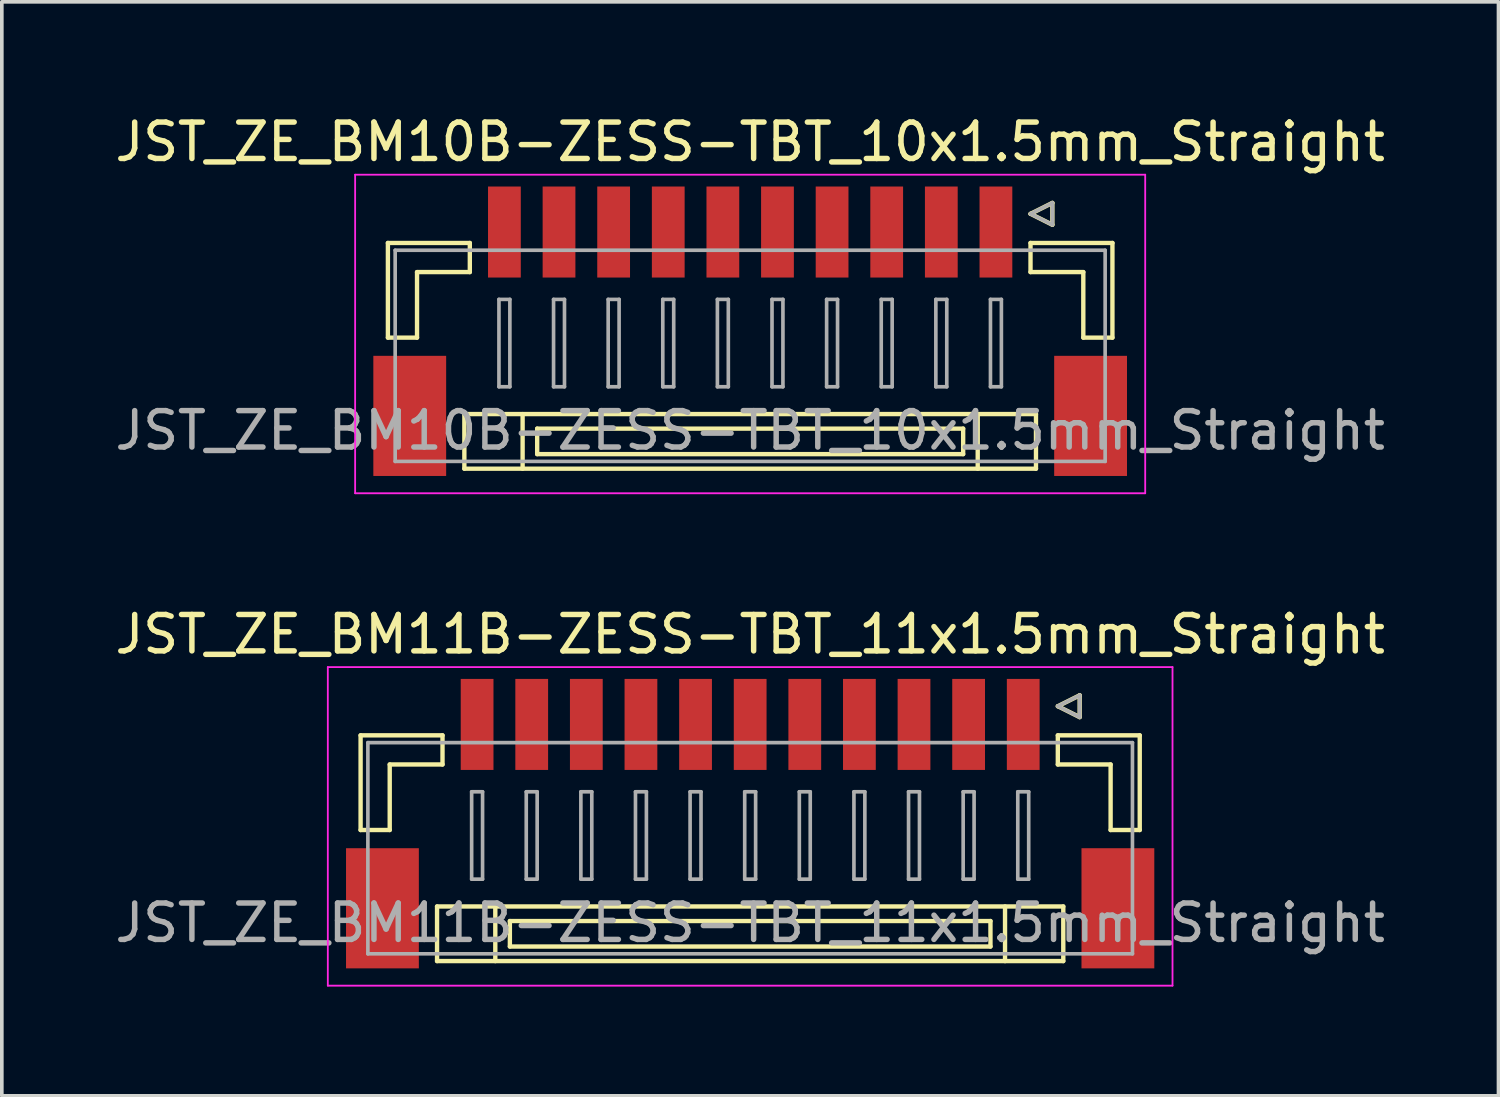
<source format=kicad_pcb>
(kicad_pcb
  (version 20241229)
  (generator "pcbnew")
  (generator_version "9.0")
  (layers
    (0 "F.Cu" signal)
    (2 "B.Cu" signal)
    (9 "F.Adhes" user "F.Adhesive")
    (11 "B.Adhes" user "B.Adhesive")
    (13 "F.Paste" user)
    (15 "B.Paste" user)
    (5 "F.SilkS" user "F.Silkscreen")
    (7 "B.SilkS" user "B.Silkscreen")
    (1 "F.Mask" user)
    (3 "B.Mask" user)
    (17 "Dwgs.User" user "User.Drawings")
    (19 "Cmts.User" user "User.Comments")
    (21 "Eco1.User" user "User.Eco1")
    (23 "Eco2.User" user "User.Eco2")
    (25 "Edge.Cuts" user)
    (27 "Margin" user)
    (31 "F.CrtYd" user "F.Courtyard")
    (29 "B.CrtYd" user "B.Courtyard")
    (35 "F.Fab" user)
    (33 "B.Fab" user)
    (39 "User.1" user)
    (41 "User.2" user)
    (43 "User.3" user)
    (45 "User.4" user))
  (footprint "JST_ZE_BM11B-ZESS-TBT_11x1.5mm_Straight"
    (layer "F.Cu")
    (at 17.554 19.372)
    (property "Reference" "JST_ZE_BM11B-ZESS-TBT_11x1.5mm_Straight" (at 0 -5 0) (layer "F.SilkS") (effects (font (size 1 1) (thickness 0.15))))
    (attr smd)
    (fp_line (start -10.7 -2.225) (end -10.7 0.375) (stroke (width 0.12) (type solid)) (layer "F.SilkS"))
    (fp_line (start -10.7 0.375) (end -9.9 0.375) (stroke (width 0.12) (type solid)) (layer "F.SilkS"))
    (fp_line (start -9.9 -1.425) (end -8.45 -1.425) (stroke (width 0.12) (type solid)) (layer "F.SilkS"))
    (fp_line (start -9.9 0.375) (end -9.9 -1.425) (stroke (width 0.12) (type solid)) (layer "F.SilkS"))
    (fp_line (start -8.6 2.475) (end -8.6 3.975) (stroke (width 0.12) (type solid)) (layer "F.SilkS"))
    (fp_line (start -8.6 3.975) (end 8.6 3.975) (stroke (width 0.12) (type solid)) (layer "F.SilkS"))
    (fp_line (start -8.45 -2.225) (end -10.7 -2.225) (stroke (width 0.12) (type solid)) (layer "F.SilkS"))
    (fp_line (start -8.45 -1.425) (end -8.45 -2.225) (stroke (width 0.12) (type solid)) (layer "F.SilkS"))
    (fp_line (start -7 2.475) (end -7 3.975) (stroke (width 0.12) (type solid)) (layer "F.SilkS"))
    (fp_line (start -6.6 2.875) (end -6.6 3.575) (stroke (width 0.12) (type solid)) (layer "F.SilkS"))
    (fp_line (start -6.6 3.575) (end 6.6 3.575) (stroke (width 0.12) (type solid)) (layer "F.SilkS"))
    (fp_line (start 6.6 2.875) (end -6.6 2.875) (stroke (width 0.12) (type solid)) (layer "F.SilkS"))
    (fp_line (start 6.6 3.575) (end 6.6 2.875) (stroke (width 0.12) (type solid)) (layer "F.SilkS"))
    (fp_line (start 7 2.475) (end 7 3.975) (stroke (width 0.12) (type solid)) (layer "F.SilkS"))
    (fp_line (start 8.45 -3.025) (end 9.05 -3.325) (stroke (width 0.12) (type solid)) (layer "F.SilkS"))
    (fp_line (start 8.45 -2.225) (end 10.7 -2.225) (stroke (width 0.12) (type solid)) (layer "F.SilkS"))
    (fp_line (start 8.45 -1.425) (end 8.45 -2.225) (stroke (width 0.12) (type solid)) (layer "F.SilkS"))
    (fp_line (start 8.6 2.475) (end -8.6 2.475) (stroke (width 0.12) (type solid)) (layer "F.SilkS"))
    (fp_line (start 8.6 3.975) (end 8.6 2.475) (stroke (width 0.12) (type solid)) (layer "F.SilkS"))
    (fp_line (start 9.05 -3.325) (end 9.05 -2.725) (stroke (width 0.12) (type solid)) (layer "F.SilkS"))
    (fp_line (start 9.05 -2.725) (end 8.45 -3.025) (stroke (width 0.12) (type solid)) (layer "F.SilkS"))
    (fp_line (start 9.9 -1.425) (end 8.45 -1.425) (stroke (width 0.12) (type solid)) (layer "F.SilkS"))
    (fp_line (start 9.9 0.375) (end 9.9 -1.425) (stroke (width 0.12) (type solid)) (layer "F.SilkS"))
    (fp_line (start 10.7 -2.225) (end 10.7 0.375) (stroke (width 0.12) (type solid)) (layer "F.SilkS"))
    (fp_line (start 10.7 0.375) (end 9.9 0.375) (stroke (width 0.12) (type solid)) (layer "F.SilkS"))
    (fp_line (start -11.6 -4.1) (end -11.6 4.65) (stroke (width 0.05) (type solid)) (layer "F.CrtYd"))
    (fp_line (start -11.6 4.65) (end 11.6 4.65) (stroke (width 0.05) (type solid)) (layer "F.CrtYd"))
    (fp_line (start 11.6 -4.1) (end -11.6 -4.1) (stroke (width 0.05) (type solid)) (layer "F.CrtYd"))
    (fp_line (start 11.6 4.65) (end 11.6 -4.1) (stroke (width 0.05) (type solid)) (layer "F.CrtYd"))
    (fp_line (start -10.5 -2.025) (end -10.5 3.775) (stroke (width 0.1) (type solid)) (layer "F.Fab"))
    (fp_line (start -10.5 3.775) (end 10.5 3.775) (stroke (width 0.1) (type solid)) (layer "F.Fab"))
    (fp_line (start -7.65 -0.675) (end -7.65 1.725) (stroke (width 0.1) (type solid)) (layer "F.Fab"))
    (fp_line (start -7.65 1.725) (end -7.35 1.725) (stroke (width 0.1) (type solid)) (layer "F.Fab"))
    (fp_line (start -7.35 -0.675) (end -7.65 -0.675) (stroke (width 0.1) (type solid)) (layer "F.Fab"))
    (fp_line (start -7.35 1.725) (end -7.35 -0.675) (stroke (width 0.1) (type solid)) (layer "F.Fab"))
    (fp_line (start -6.15 -0.675) (end -6.15 1.725) (stroke (width 0.1) (type solid)) (layer "F.Fab"))
    (fp_line (start -6.15 1.725) (end -5.85 1.725) (stroke (width 0.1) (type solid)) (layer "F.Fab"))
    (fp_line (start -5.85 -0.675) (end -6.15 -0.675) (stroke (width 0.1) (type solid)) (layer "F.Fab"))
    (fp_line (start -5.85 1.725) (end -5.85 -0.675) (stroke (width 0.1) (type solid)) (layer "F.Fab"))
    (fp_line (start -4.65 -0.675) (end -4.65 1.725) (stroke (width 0.1) (type solid)) (layer "F.Fab"))
    (fp_line (start -4.65 1.725) (end -4.35 1.725) (stroke (width 0.1) (type solid)) (layer "F.Fab"))
    (fp_line (start -4.35 -0.675) (end -4.65 -0.675) (stroke (width 0.1) (type solid)) (layer "F.Fab"))
    (fp_line (start -4.35 1.725) (end -4.35 -0.675) (stroke (width 0.1) (type solid)) (layer "F.Fab"))
    (fp_line (start -3.15 -0.675) (end -3.15 1.725) (stroke (width 0.1) (type solid)) (layer "F.Fab"))
    (fp_line (start -3.15 1.725) (end -2.85 1.725) (stroke (width 0.1) (type solid)) (layer "F.Fab"))
    (fp_line (start -2.85 -0.675) (end -3.15 -0.675) (stroke (width 0.1) (type solid)) (layer "F.Fab"))
    (fp_line (start -2.85 1.725) (end -2.85 -0.675) (stroke (width 0.1) (type solid)) (layer "F.Fab"))
    (fp_line (start -1.65 -0.675) (end -1.65 1.725) (stroke (width 0.1) (type solid)) (layer "F.Fab"))
    (fp_line (start -1.65 1.725) (end -1.35 1.725) (stroke (width 0.1) (type solid)) (layer "F.Fab"))
    (fp_line (start -1.35 -0.675) (end -1.65 -0.675) (stroke (width 0.1) (type solid)) (layer "F.Fab"))
    (fp_line (start -1.35 1.725) (end -1.35 -0.675) (stroke (width 0.1) (type solid)) (layer "F.Fab"))
    (fp_line (start -0.15 -0.675) (end -0.15 1.725) (stroke (width 0.1) (type solid)) (layer "F.Fab"))
    (fp_line (start -0.15 1.725) (end 0.15 1.725) (stroke (width 0.1) (type solid)) (layer "F.Fab"))
    (fp_line (start 0.15 -0.675) (end -0.15 -0.675) (stroke (width 0.1) (type solid)) (layer "F.Fab"))
    (fp_line (start 0.15 1.725) (end 0.15 -0.675) (stroke (width 0.1) (type solid)) (layer "F.Fab"))
    (fp_line (start 1.35 -0.675) (end 1.35 1.725) (stroke (width 0.1) (type solid)) (layer "F.Fab"))
    (fp_line (start 1.35 1.725) (end 1.65 1.725) (stroke (width 0.1) (type solid)) (layer "F.Fab"))
    (fp_line (start 1.65 -0.675) (end 1.35 -0.675) (stroke (width 0.1) (type solid)) (layer "F.Fab"))
    (fp_line (start 1.65 1.725) (end 1.65 -0.675) (stroke (width 0.1) (type solid)) (layer "F.Fab"))
    (fp_line (start 2.85 -0.675) (end 2.85 1.725) (stroke (width 0.1) (type solid)) (layer "F.Fab"))
    (fp_line (start 2.85 1.725) (end 3.15 1.725) (stroke (width 0.1) (type solid)) (layer "F.Fab"))
    (fp_line (start 3.15 -0.675) (end 2.85 -0.675) (stroke (width 0.1) (type solid)) (layer "F.Fab"))
    (fp_line (start 3.15 1.725) (end 3.15 -0.675) (stroke (width 0.1) (type solid)) (layer "F.Fab"))
    (fp_line (start 4.35 -0.675) (end 4.35 1.725) (stroke (width 0.1) (type solid)) (layer "F.Fab"))
    (fp_line (start 4.35 1.725) (end 4.65 1.725) (stroke (width 0.1) (type solid)) (layer "F.Fab"))
    (fp_line (start 4.65 -0.675) (end 4.35 -0.675) (stroke (width 0.1) (type solid)) (layer "F.Fab"))
    (fp_line (start 4.65 1.725) (end 4.65 -0.675) (stroke (width 0.1) (type solid)) (layer "F.Fab"))
    (fp_line (start 5.85 -0.675) (end 5.85 1.725) (stroke (width 0.1) (type solid)) (layer "F.Fab"))
    (fp_line (start 5.85 1.725) (end 6.15 1.725) (stroke (width 0.1) (type solid)) (layer "F.Fab"))
    (fp_line (start 6.15 -0.675) (end 5.85 -0.675) (stroke (width 0.1) (type solid)) (layer "F.Fab"))
    (fp_line (start 6.15 1.725) (end 6.15 -0.675) (stroke (width 0.1) (type solid)) (layer "F.Fab"))
    (fp_line (start 7.35 -0.675) (end 7.35 1.725) (stroke (width 0.1) (type solid)) (layer "F.Fab"))
    (fp_line (start 7.35 1.725) (end 7.65 1.725) (stroke (width 0.1) (type solid)) (layer "F.Fab"))
    (fp_line (start 7.65 -0.675) (end 7.35 -0.675) (stroke (width 0.1) (type solid)) (layer "F.Fab"))
    (fp_line (start 7.65 1.725) (end 7.65 -0.675) (stroke (width 0.1) (type solid)) (layer "F.Fab"))
    (fp_line (start 8.45 -3.025) (end 9.05 -3.325) (stroke (width 0.1) (type solid)) (layer "F.Fab"))
    (fp_line (start 9.05 -3.325) (end 9.05 -2.725) (stroke (width 0.1) (type solid)) (layer "F.Fab"))
    (fp_line (start 9.05 -2.725) (end 8.45 -3.025) (stroke (width 0.1) (type solid)) (layer "F.Fab"))
    (fp_line (start 10.5 -2.025) (end -10.5 -2.025) (stroke (width 0.1) (type solid)) (layer "F.Fab"))
    (fp_line (start 10.5 3.775) (end 10.5 -2.025) (stroke (width 0.1) (type solid)) (layer "F.Fab"))
    (fp_text user "${REFERENCE}" (at 0 2.925 0) (layer "F.Fab") (effects (font (size 1 1) (thickness 0.15))))
    (pad "" smd rect (at -10.1 2.525) (size 2 3.3) (layers "F.Cu" "F.Mask" "F.Paste"))
    (pad "" smd rect (at 10.1 2.525) (size 2 3.3) (layers "F.Cu" "F.Mask" "F.Paste"))
    (pad "1" smd rect (at 7.5 -2.525) (size 0.9 2.5) (layers "F.Cu" "F.Mask" "F.Paste"))
    (pad "2" smd rect (at 6 -2.525) (size 0.9 2.5) (layers "F.Cu" "F.Mask" "F.Paste"))
    (pad "3" smd rect (at 4.5 -2.525) (size 0.9 2.5) (layers "F.Cu" "F.Mask" "F.Paste"))
    (pad "4" smd rect (at 3 -2.525) (size 0.9 2.5) (layers "F.Cu" "F.Mask" "F.Paste"))
    (pad "5" smd rect (at 1.5 -2.525) (size 0.9 2.5) (layers "F.Cu" "F.Mask" "F.Paste"))
    (pad "6" smd rect (at 0 -2.525) (size 0.9 2.5) (layers "F.Cu" "F.Mask" "F.Paste"))
    (pad "7" smd rect (at -1.5 -2.525) (size 0.9 2.5) (layers "F.Cu" "F.Mask" "F.Paste"))
    (pad "8" smd rect (at -3 -2.525) (size 0.9 2.5) (layers "F.Cu" "F.Mask" "F.Paste"))
    (pad "9" smd rect (at -4.5 -2.525) (size 0.9 2.5) (layers "F.Cu" "F.Mask" "F.Paste"))
    (pad "10" smd rect (at -6 -2.525) (size 0.9 2.5) (layers "F.Cu" "F.Mask" "F.Paste"))
    (pad "11" smd rect (at -7.5 -2.525) (size 0.9 2.5) (layers "F.Cu" "F.Mask" "F.Paste")))
  (footprint "JST_ZE_BM10B-ZESS-TBT_10x1.5mm_Straight"
    (layer "F.Cu")
    (at 17.554 5.848)
    (property "Reference" "JST_ZE_BM10B-ZESS-TBT_10x1.5mm_Straight" (at 0 -5 0) (layer "F.SilkS") (effects (font (size 1 1) (thickness 0.15))))
    (attr smd)
    (fp_line (start -9.95 -2.225) (end -9.95 0.375) (stroke (width 0.12) (type solid)) (layer "F.SilkS"))
    (fp_line (start -9.95 0.375) (end -9.15 0.375) (stroke (width 0.12) (type solid)) (layer "F.SilkS"))
    (fp_line (start -9.15 -1.425) (end -7.7 -1.425) (stroke (width 0.12) (type solid)) (layer "F.SilkS"))
    (fp_line (start -9.15 0.375) (end -9.15 -1.425) (stroke (width 0.12) (type solid)) (layer "F.SilkS"))
    (fp_line (start -7.85 2.475) (end -7.85 3.975) (stroke (width 0.12) (type solid)) (layer "F.SilkS"))
    (fp_line (start -7.85 3.975) (end 7.85 3.975) (stroke (width 0.12) (type solid)) (layer "F.SilkS"))
    (fp_line (start -7.7 -2.225) (end -9.95 -2.225) (stroke (width 0.12) (type solid)) (layer "F.SilkS"))
    (fp_line (start -7.7 -1.425) (end -7.7 -2.225) (stroke (width 0.12) (type solid)) (layer "F.SilkS"))
    (fp_line (start -6.25 2.475) (end -6.25 3.975) (stroke (width 0.12) (type solid)) (layer "F.SilkS"))
    (fp_line (start -5.85 2.875) (end -5.85 3.575) (stroke (width 0.12) (type solid)) (layer "F.SilkS"))
    (fp_line (start -5.85 3.575) (end 5.85 3.575) (stroke (width 0.12) (type solid)) (layer "F.SilkS"))
    (fp_line (start 5.85 2.875) (end -5.85 2.875) (stroke (width 0.12) (type solid)) (layer "F.SilkS"))
    (fp_line (start 5.85 3.575) (end 5.85 2.875) (stroke (width 0.12) (type solid)) (layer "F.SilkS"))
    (fp_line (start 6.25 2.475) (end 6.25 3.975) (stroke (width 0.12) (type solid)) (layer "F.SilkS"))
    (fp_line (start 7.7 -3.025) (end 8.3 -3.325) (stroke (width 0.12) (type solid)) (layer "F.SilkS"))
    (fp_line (start 7.7 -2.225) (end 9.95 -2.225) (stroke (width 0.12) (type solid)) (layer "F.SilkS"))
    (fp_line (start 7.7 -1.425) (end 7.7 -2.225) (stroke (width 0.12) (type solid)) (layer "F.SilkS"))
    (fp_line (start 7.85 2.475) (end -7.85 2.475) (stroke (width 0.12) (type solid)) (layer "F.SilkS"))
    (fp_line (start 7.85 3.975) (end 7.85 2.475) (stroke (width 0.12) (type solid)) (layer "F.SilkS"))
    (fp_line (start 8.3 -3.325) (end 8.3 -2.725) (stroke (width 0.12) (type solid)) (layer "F.SilkS"))
    (fp_line (start 8.3 -2.725) (end 7.7 -3.025) (stroke (width 0.12) (type solid)) (layer "F.SilkS"))
    (fp_line (start 9.15 -1.425) (end 7.7 -1.425) (stroke (width 0.12) (type solid)) (layer "F.SilkS"))
    (fp_line (start 9.15 0.375) (end 9.15 -1.425) (stroke (width 0.12) (type solid)) (layer "F.SilkS"))
    (fp_line (start 9.95 -2.225) (end 9.95 0.375) (stroke (width 0.12) (type solid)) (layer "F.SilkS"))
    (fp_line (start 9.95 0.375) (end 9.15 0.375) (stroke (width 0.12) (type solid)) (layer "F.SilkS"))
    (fp_line (start -10.85 -4.1) (end -10.85 4.65) (stroke (width 0.05) (type solid)) (layer "F.CrtYd"))
    (fp_line (start -10.85 4.65) (end 10.85 4.65) (stroke (width 0.05) (type solid)) (layer "F.CrtYd"))
    (fp_line (start 10.85 -4.1) (end -10.85 -4.1) (stroke (width 0.05) (type solid)) (layer "F.CrtYd"))
    (fp_line (start 10.85 4.65) (end 10.85 -4.1) (stroke (width 0.05) (type solid)) (layer "F.CrtYd"))
    (fp_line (start -9.75 -2.025) (end -9.75 3.775) (stroke (width 0.1) (type solid)) (layer "F.Fab"))
    (fp_line (start -9.75 3.775) (end 9.75 3.775) (stroke (width 0.1) (type solid)) (layer "F.Fab"))
    (fp_line (start -6.9 -0.675) (end -6.9 1.725) (stroke (width 0.1) (type solid)) (layer "F.Fab"))
    (fp_line (start -6.9 1.725) (end -6.6 1.725) (stroke (width 0.1) (type solid)) (layer "F.Fab"))
    (fp_line (start -6.6 -0.675) (end -6.9 -0.675) (stroke (width 0.1) (type solid)) (layer "F.Fab"))
    (fp_line (start -6.6 1.725) (end -6.6 -0.675) (stroke (width 0.1) (type solid)) (layer "F.Fab"))
    (fp_line (start -5.4 -0.675) (end -5.4 1.725) (stroke (width 0.1) (type solid)) (layer "F.Fab"))
    (fp_line (start -5.4 1.725) (end -5.1 1.725) (stroke (width 0.1) (type solid)) (layer "F.Fab"))
    (fp_line (start -5.1 -0.675) (end -5.4 -0.675) (stroke (width 0.1) (type solid)) (layer "F.Fab"))
    (fp_line (start -5.1 1.725) (end -5.1 -0.675) (stroke (width 0.1) (type solid)) (layer "F.Fab"))
    (fp_line (start -3.9 -0.675) (end -3.9 1.725) (stroke (width 0.1) (type solid)) (layer "F.Fab"))
    (fp_line (start -3.9 1.725) (end -3.6 1.725) (stroke (width 0.1) (type solid)) (layer "F.Fab"))
    (fp_line (start -3.6 -0.675) (end -3.9 -0.675) (stroke (width 0.1) (type solid)) (layer "F.Fab"))
    (fp_line (start -3.6 1.725) (end -3.6 -0.675) (stroke (width 0.1) (type solid)) (layer "F.Fab"))
    (fp_line (start -2.4 -0.675) (end -2.4 1.725) (stroke (width 0.1) (type solid)) (layer "F.Fab"))
    (fp_line (start -2.4 1.725) (end -2.1 1.725) (stroke (width 0.1) (type solid)) (layer "F.Fab"))
    (fp_line (start -2.1 -0.675) (end -2.4 -0.675) (stroke (width 0.1) (type solid)) (layer "F.Fab"))
    (fp_line (start -2.1 1.725) (end -2.1 -0.675) (stroke (width 0.1) (type solid)) (layer "F.Fab"))
    (fp_line (start -0.9 -0.675) (end -0.9 1.725) (stroke (width 0.1) (type solid)) (layer "F.Fab"))
    (fp_line (start -0.9 1.725) (end -0.6 1.725) (stroke (width 0.1) (type solid)) (layer "F.Fab"))
    (fp_line (start -0.6 -0.675) (end -0.9 -0.675) (stroke (width 0.1) (type solid)) (layer "F.Fab"))
    (fp_line (start -0.6 1.725) (end -0.6 -0.675) (stroke (width 0.1) (type solid)) (layer "F.Fab"))
    (fp_line (start 0.6 -0.675) (end 0.6 1.725) (stroke (width 0.1) (type solid)) (layer "F.Fab"))
    (fp_line (start 0.6 1.725) (end 0.9 1.725) (stroke (width 0.1) (type solid)) (layer "F.Fab"))
    (fp_line (start 0.9 -0.675) (end 0.6 -0.675) (stroke (width 0.1) (type solid)) (layer "F.Fab"))
    (fp_line (start 0.9 1.725) (end 0.9 -0.675) (stroke (width 0.1) (type solid)) (layer "F.Fab"))
    (fp_line (start 2.1 -0.675) (end 2.1 1.725) (stroke (width 0.1) (type solid)) (layer "F.Fab"))
    (fp_line (start 2.1 1.725) (end 2.4 1.725) (stroke (width 0.1) (type solid)) (layer "F.Fab"))
    (fp_line (start 2.4 -0.675) (end 2.1 -0.675) (stroke (width 0.1) (type solid)) (layer "F.Fab"))
    (fp_line (start 2.4 1.725) (end 2.4 -0.675) (stroke (width 0.1) (type solid)) (layer "F.Fab"))
    (fp_line (start 3.6 -0.675) (end 3.6 1.725) (stroke (width 0.1) (type solid)) (layer "F.Fab"))
    (fp_line (start 3.6 1.725) (end 3.9 1.725) (stroke (width 0.1) (type solid)) (layer "F.Fab"))
    (fp_line (start 3.9 -0.675) (end 3.6 -0.675) (stroke (width 0.1) (type solid)) (layer "F.Fab"))
    (fp_line (start 3.9 1.725) (end 3.9 -0.675) (stroke (width 0.1) (type solid)) (layer "F.Fab"))
    (fp_line (start 5.1 -0.675) (end 5.1 1.725) (stroke (width 0.1) (type solid)) (layer "F.Fab"))
    (fp_line (start 5.1 1.725) (end 5.4 1.725) (stroke (width 0.1) (type solid)) (layer "F.Fab"))
    (fp_line (start 5.4 -0.675) (end 5.1 -0.675) (stroke (width 0.1) (type solid)) (layer "F.Fab"))
    (fp_line (start 5.4 1.725) (end 5.4 -0.675) (stroke (width 0.1) (type solid)) (layer "F.Fab"))
    (fp_line (start 6.6 -0.675) (end 6.6 1.725) (stroke (width 0.1) (type solid)) (layer "F.Fab"))
    (fp_line (start 6.6 1.725) (end 6.9 1.725) (stroke (width 0.1) (type solid)) (layer "F.Fab"))
    (fp_line (start 6.9 -0.675) (end 6.6 -0.675) (stroke (width 0.1) (type solid)) (layer "F.Fab"))
    (fp_line (start 6.9 1.725) (end 6.9 -0.675) (stroke (width 0.1) (type solid)) (layer "F.Fab"))
    (fp_line (start 7.7 -3.025) (end 8.3 -3.325) (stroke (width 0.1) (type solid)) (layer "F.Fab"))
    (fp_line (start 8.3 -3.325) (end 8.3 -2.725) (stroke (width 0.1) (type solid)) (layer "F.Fab"))
    (fp_line (start 8.3 -2.725) (end 7.7 -3.025) (stroke (width 0.1) (type solid)) (layer "F.Fab"))
    (fp_line (start 9.75 -2.025) (end -9.75 -2.025) (stroke (width 0.1) (type solid)) (layer "F.Fab"))
    (fp_line (start 9.75 3.775) (end 9.75 -2.025) (stroke (width 0.1) (type solid)) (layer "F.Fab"))
    (fp_text user "${REFERENCE}" (at 0 2.925 0) (layer "F.Fab") (effects (font (size 1 1) (thickness 0.15))))
    (pad "" smd rect (at -9.35 2.525) (size 2 3.3) (layers "F.Cu" "F.Mask" "F.Paste"))
    (pad "" smd rect (at 9.35 2.525) (size 2 3.3) (layers "F.Cu" "F.Mask" "F.Paste"))
    (pad "1" smd rect (at 6.75 -2.525) (size 0.9 2.5) (layers "F.Cu" "F.Mask" "F.Paste"))
    (pad "2" smd rect (at 5.25 -2.525) (size 0.9 2.5) (layers "F.Cu" "F.Mask" "F.Paste"))
    (pad "3" smd rect (at 3.75 -2.525) (size 0.9 2.5) (layers "F.Cu" "F.Mask" "F.Paste"))
    (pad "4" smd rect (at 2.25 -2.525) (size 0.9 2.5) (layers "F.Cu" "F.Mask" "F.Paste"))
    (pad "5" smd rect (at 0.75 -2.525) (size 0.9 2.5) (layers "F.Cu" "F.Mask" "F.Paste"))
    (pad "6" smd rect (at -0.75 -2.525) (size 0.9 2.5) (layers "F.Cu" "F.Mask" "F.Paste"))
    (pad "7" smd rect (at -2.25 -2.525) (size 0.9 2.5) (layers "F.Cu" "F.Mask" "F.Paste"))
    (pad "8" smd rect (at -3.75 -2.525) (size 0.9 2.5) (layers "F.Cu" "F.Mask" "F.Paste"))
    (pad "9" smd rect (at -5.25 -2.525) (size 0.9 2.5) (layers "F.Cu" "F.Mask" "F.Paste"))
    (pad "10" smd rect (at -6.75 -2.525) (size 0.9 2.5) (layers "F.Cu" "F.Mask" "F.Paste")))
  (gr_rect
    (start -3 -3)
    (end 38.107 27.047)
    (stroke (width 0.1) (type default))
    (fill no)
    (layer "Edge.Cuts")))
</source>
